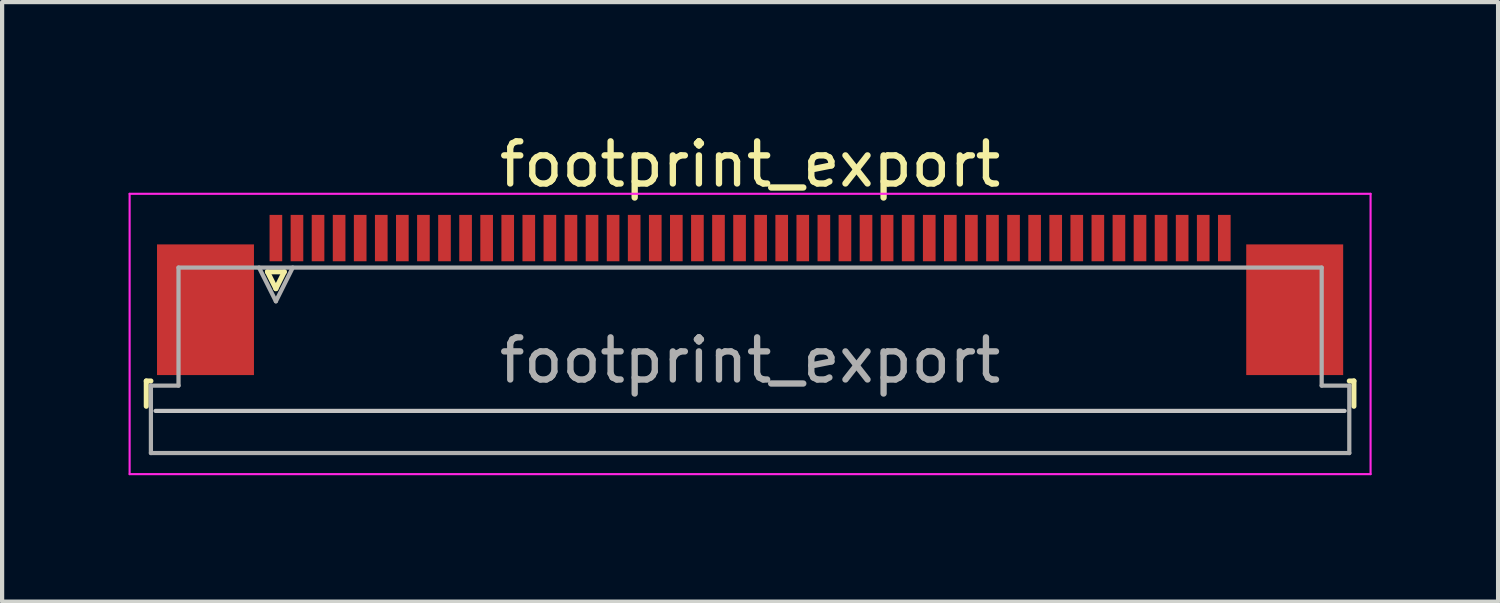
<source format=kicad_pcb>
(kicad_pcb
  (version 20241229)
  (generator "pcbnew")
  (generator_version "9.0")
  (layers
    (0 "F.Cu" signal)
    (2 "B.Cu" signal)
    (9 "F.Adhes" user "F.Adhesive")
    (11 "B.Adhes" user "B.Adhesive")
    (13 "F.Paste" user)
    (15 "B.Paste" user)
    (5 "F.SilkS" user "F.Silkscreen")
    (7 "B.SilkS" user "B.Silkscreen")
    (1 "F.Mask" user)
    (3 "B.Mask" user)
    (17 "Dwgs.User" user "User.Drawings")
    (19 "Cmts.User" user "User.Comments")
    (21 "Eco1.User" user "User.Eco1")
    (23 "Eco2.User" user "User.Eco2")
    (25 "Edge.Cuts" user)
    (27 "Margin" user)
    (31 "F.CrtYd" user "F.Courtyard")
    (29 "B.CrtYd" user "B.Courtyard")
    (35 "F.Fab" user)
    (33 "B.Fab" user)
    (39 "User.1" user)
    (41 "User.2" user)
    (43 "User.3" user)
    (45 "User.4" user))
  (footprint "footprint_export"
    (layer "F.Cu")
    (at 14.745 3.948)
    (property "Reference" "footprint_export" (at 0 -3.1 0) (layer "F.SilkS") (effects (font (size 1 1) (thickness 0.15))))
    (attr smd)
    (fp_line (start -14.325 2.04) (end -14.325 2.64) (stroke (width 0.12) (type solid)) (layer "F.SilkS"))
    (fp_line (start -14.215 2.04) (end -14.325 2.04) (stroke (width 0.12) (type solid)) (layer "F.SilkS"))
    (fp_line (start -11.45 -0.55) (end -11.25 -0.15) (stroke (width 0.12) (type solid)) (layer "F.SilkS"))
    (fp_line (start -11.25 -0.15) (end -11.05 -0.55) (stroke (width 0.12) (type solid)) (layer "F.SilkS"))
    (fp_line (start -11.05 -0.55) (end -11.45 -0.55) (stroke (width 0.12) (type solid)) (layer "F.SilkS"))
    (fp_line (start 14.215 2.04) (end 14.325 2.04) (stroke (width 0.12) (type solid)) (layer "F.SilkS"))
    (fp_line (start 14.325 2.04) (end 14.325 2.64) (stroke (width 0.12) (type solid)) (layer "F.SilkS"))
    (fp_line (start 14.105 2.75) (end -14.105 2.75) (stroke (width 0.1) (type solid)) (layer "Dwgs.User"))
    (fp_line (start -14.72 -2.4) (end -14.72 4.25) (stroke (width 0.05) (type solid)) (layer "F.CrtYd"))
    (fp_line (start -14.72 4.25) (end 14.72 4.25) (stroke (width 0.05) (type solid)) (layer "F.CrtYd"))
    (fp_line (start 14.72 -2.4) (end -14.72 -2.4) (stroke (width 0.05) (type solid)) (layer "F.CrtYd"))
    (fp_line (start 14.72 4.25) (end 14.72 -2.4) (stroke (width 0.05) (type solid)) (layer "F.CrtYd"))
    (fp_line (start -14.215 2.15) (end -13.56 2.15) (stroke (width 0.1) (type solid)) (layer "F.Fab"))
    (fp_line (start -14.215 3.75) (end -14.215 2.15) (stroke (width 0.1) (type solid)) (layer "F.Fab"))
    (fp_line (start -13.56 -0.65) (end 13.56 -0.65) (stroke (width 0.1) (type solid)) (layer "F.Fab"))
    (fp_line (start -13.56 2.15) (end -13.56 -0.65) (stroke (width 0.1) (type solid)) (layer "F.Fab"))
    (fp_line (start -11.65 -0.65) (end -11.25 0.15) (stroke (width 0.1) (type solid)) (layer "F.Fab"))
    (fp_line (start -11.25 0.15) (end -10.85 -0.65) (stroke (width 0.1) (type solid)) (layer "F.Fab"))
    (fp_line (start 13.56 -0.65) (end 13.56 2.15) (stroke (width 0.1) (type solid)) (layer "F.Fab"))
    (fp_line (start 13.56 2.15) (end 14.215 2.15) (stroke (width 0.1) (type solid)) (layer "F.Fab"))
    (fp_line (start 14.215 2.15) (end 14.215 3.75) (stroke (width 0.1) (type solid)) (layer "F.Fab"))
    (fp_line (start 14.215 3.75) (end -14.215 3.75) (stroke (width 0.1) (type solid)) (layer "F.Fab"))
    (fp_text user "${REFERENCE}" (at 0 1.55 0) (layer "F.Fab") (effects (font (size 1 1) (thickness 0.15))))
    (pad "1" smd rect (at -11.25 -1.35) (size 0.3 1.1) (layers "F.Cu" "F.Mask" "F.Paste"))
    (pad "2" smd rect (at -10.75 -1.35) (size 0.3 1.1) (layers "F.Cu" "F.Mask" "F.Paste"))
    (pad "3" smd rect (at -10.25 -1.35) (size 0.3 1.1) (layers "F.Cu" "F.Mask" "F.Paste"))
    (pad "4" smd rect (at -9.75 -1.35) (size 0.3 1.1) (layers "F.Cu" "F.Mask" "F.Paste"))
    (pad "5" smd rect (at -9.25 -1.35) (size 0.3 1.1) (layers "F.Cu" "F.Mask" "F.Paste"))
    (pad "6" smd rect (at -8.75 -1.35) (size 0.3 1.1) (layers "F.Cu" "F.Mask" "F.Paste"))
    (pad "7" smd rect (at -8.25 -1.35) (size 0.3 1.1) (layers "F.Cu" "F.Mask" "F.Paste"))
    (pad "8" smd rect (at -7.75 -1.35) (size 0.3 1.1) (layers "F.Cu" "F.Mask" "F.Paste"))
    (pad "9" smd rect (at -7.25 -1.35) (size 0.3 1.1) (layers "F.Cu" "F.Mask" "F.Paste"))
    (pad "10" smd rect (at -6.75 -1.35) (size 0.3 1.1) (layers "F.Cu" "F.Mask" "F.Paste"))
    (pad "11" smd rect (at -6.25 -1.35) (size 0.3 1.1) (layers "F.Cu" "F.Mask" "F.Paste"))
    (pad "12" smd rect (at -5.75 -1.35) (size 0.3 1.1) (layers "F.Cu" "F.Mask" "F.Paste"))
    (pad "13" smd rect (at -5.25 -1.35) (size 0.3 1.1) (layers "F.Cu" "F.Mask" "F.Paste"))
    (pad "14" smd rect (at -4.75 -1.35) (size 0.3 1.1) (layers "F.Cu" "F.Mask" "F.Paste"))
    (pad "15" smd rect (at -4.25 -1.35) (size 0.3 1.1) (layers "F.Cu" "F.Mask" "F.Paste"))
    (pad "16" smd rect (at -3.75 -1.35) (size 0.3 1.1) (layers "F.Cu" "F.Mask" "F.Paste"))
    (pad "17" smd rect (at -3.25 -1.35) (size 0.3 1.1) (layers "F.Cu" "F.Mask" "F.Paste"))
    (pad "18" smd rect (at -2.75 -1.35) (size 0.3 1.1) (layers "F.Cu" "F.Mask" "F.Paste"))
    (pad "19" smd rect (at -2.25 -1.35) (size 0.3 1.1) (layers "F.Cu" "F.Mask" "F.Paste"))
    (pad "20" smd rect (at -1.75 -1.35) (size 0.3 1.1) (layers "F.Cu" "F.Mask" "F.Paste"))
    (pad "21" smd rect (at -1.25 -1.35) (size 0.3 1.1) (layers "F.Cu" "F.Mask" "F.Paste"))
    (pad "22" smd rect (at -0.75 -1.35) (size 0.3 1.1) (layers "F.Cu" "F.Mask" "F.Paste"))
    (pad "23" smd rect (at -0.25 -1.35) (size 0.3 1.1) (layers "F.Cu" "F.Mask" "F.Paste"))
    (pad "24" smd rect (at 0.25 -1.35) (size 0.3 1.1) (layers "F.Cu" "F.Mask" "F.Paste"))
    (pad "25" smd rect (at 0.75 -1.35) (size 0.3 1.1) (layers "F.Cu" "F.Mask" "F.Paste"))
    (pad "26" smd rect (at 1.25 -1.35) (size 0.3 1.1) (layers "F.Cu" "F.Mask" "F.Paste"))
    (pad "27" smd rect (at 1.75 -1.35) (size 0.3 1.1) (layers "F.Cu" "F.Mask" "F.Paste"))
    (pad "28" smd rect (at 2.25 -1.35) (size 0.3 1.1) (layers "F.Cu" "F.Mask" "F.Paste"))
    (pad "29" smd rect (at 2.75 -1.35) (size 0.3 1.1) (layers "F.Cu" "F.Mask" "F.Paste"))
    (pad "30" smd rect (at 3.25 -1.35) (size 0.3 1.1) (layers "F.Cu" "F.Mask" "F.Paste"))
    (pad "31" smd rect (at 3.75 -1.35) (size 0.3 1.1) (layers "F.Cu" "F.Mask" "F.Paste"))
    (pad "32" smd rect (at 4.25 -1.35) (size 0.3 1.1) (layers "F.Cu" "F.Mask" "F.Paste"))
    (pad "33" smd rect (at 4.75 -1.35) (size 0.3 1.1) (layers "F.Cu" "F.Mask" "F.Paste"))
    (pad "34" smd rect (at 5.25 -1.35) (size 0.3 1.1) (layers "F.Cu" "F.Mask" "F.Paste"))
    (pad "35" smd rect (at 5.75 -1.35) (size 0.3 1.1) (layers "F.Cu" "F.Mask" "F.Paste"))
    (pad "36" smd rect (at 6.25 -1.35) (size 0.3 1.1) (layers "F.Cu" "F.Mask" "F.Paste"))
    (pad "37" smd rect (at 6.75 -1.35) (size 0.3 1.1) (layers "F.Cu" "F.Mask" "F.Paste"))
    (pad "38" smd rect (at 7.25 -1.35) (size 0.3 1.1) (layers "F.Cu" "F.Mask" "F.Paste"))
    (pad "39" smd rect (at 7.75 -1.35) (size 0.3 1.1) (layers "F.Cu" "F.Mask" "F.Paste"))
    (pad "40" smd rect (at 8.25 -1.35) (size 0.3 1.1) (layers "F.Cu" "F.Mask" "F.Paste"))
    (pad "41" smd rect (at 8.75 -1.35) (size 0.3 1.1) (layers "F.Cu" "F.Mask" "F.Paste"))
    (pad "42" smd rect (at 9.25 -1.35) (size 0.3 1.1) (layers "F.Cu" "F.Mask" "F.Paste"))
    (pad "43" smd rect (at 9.75 -1.35) (size 0.3 1.1) (layers "F.Cu" "F.Mask" "F.Paste"))
    (pad "44" smd rect (at 10.25 -1.35) (size 0.3 1.1) (layers "F.Cu" "F.Mask" "F.Paste"))
    (pad "45" smd rect (at 10.75 -1.35) (size 0.3 1.1) (layers "F.Cu" "F.Mask" "F.Paste"))
    (pad "46" smd rect (at 11.25 -1.35) (size 0.3 1.1) (layers "F.Cu" "F.Mask" "F.Paste"))
    (pad "MP" smd rect (at -12.92 0.35) (size 2.3 3.1) (layers "F.Cu" "F.Mask" "F.Paste"))
    (pad "MP" smd rect (at 12.92 0.35) (size 2.3 3.1) (layers "F.Cu" "F.Mask" "F.Paste")))
  (gr_rect
    (start -3 -3)
    (end 32.49 11.223)
    (stroke (width 0.1) (type default))
    (fill no)
    (layer "Edge.Cuts")))
</source>
